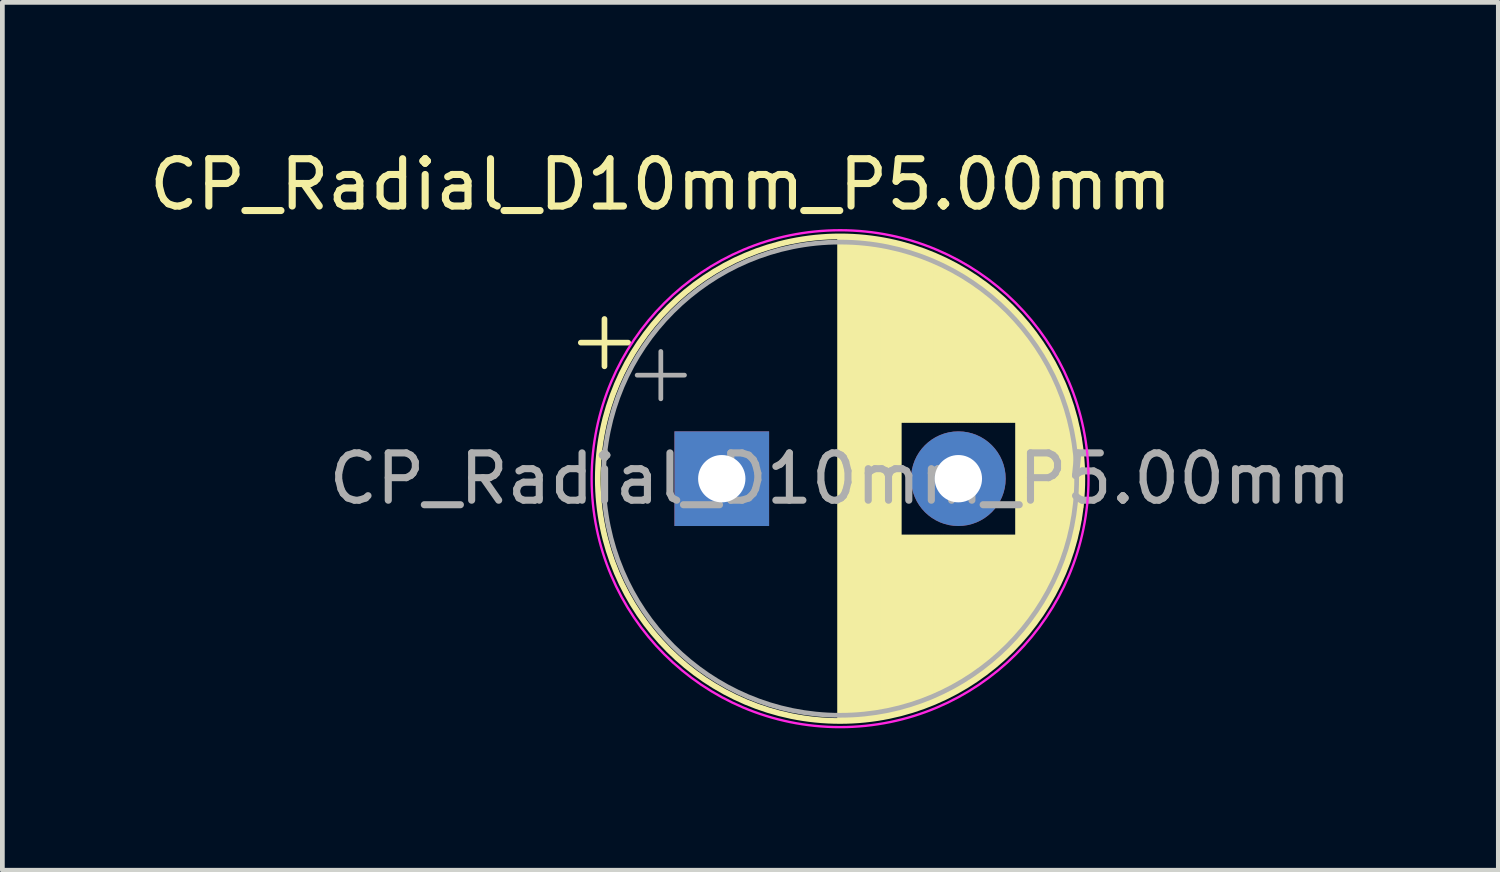
<source format=kicad_pcb>
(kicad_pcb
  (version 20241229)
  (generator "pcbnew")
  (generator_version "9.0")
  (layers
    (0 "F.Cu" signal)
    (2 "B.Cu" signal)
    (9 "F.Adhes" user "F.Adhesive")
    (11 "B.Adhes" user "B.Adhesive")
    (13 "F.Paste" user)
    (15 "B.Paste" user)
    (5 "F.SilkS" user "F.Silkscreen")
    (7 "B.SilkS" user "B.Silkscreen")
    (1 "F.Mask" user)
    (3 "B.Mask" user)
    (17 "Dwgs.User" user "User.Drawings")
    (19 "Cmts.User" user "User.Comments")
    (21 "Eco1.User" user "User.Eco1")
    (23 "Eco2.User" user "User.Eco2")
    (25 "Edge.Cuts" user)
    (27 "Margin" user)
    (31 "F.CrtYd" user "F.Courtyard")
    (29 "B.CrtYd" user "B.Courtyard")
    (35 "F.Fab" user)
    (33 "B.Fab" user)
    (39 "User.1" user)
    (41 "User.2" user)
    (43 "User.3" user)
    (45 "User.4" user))
  (footprint "CP_Radial_D10mm_P5.00mm"
    (layer "F.Cu")
    (at 14.645 7.097)
    (property "Reference" "CP_Radial_D10mm_P5.00mm" (at -3.734 -6.248 0) (layer "F.SilkS") (effects (font (size 1 1) (thickness 0.15))))
    (attr through_hole)
    (fp_line (start -5.421 -2.906) (end -4.421 -2.906) (stroke (width 0.12) (type solid)) (layer "F.SilkS"))
    (fp_line (start -4.921 -3.406) (end -4.921 -2.406) (stroke (width 0.12) (type solid)) (layer "F.SilkS"))
    (fp_line (start 0.058 -5.111) (end 0.058 5.049) (stroke (width 0.12) (type solid)) (layer "F.SilkS"))
    (fp_line (start 0.098 -5.111) (end 0.098 5.049) (stroke (width 0.12) (type solid)) (layer "F.SilkS"))
    (fp_line (start 0.138 -5.111) (end 0.138 5.049) (stroke (width 0.12) (type solid)) (layer "F.SilkS"))
    (fp_line (start 0.178 -5.11) (end 0.178 5.048) (stroke (width 0.12) (type solid)) (layer "F.SilkS"))
    (fp_line (start 0.218 -5.109) (end 0.218 5.047) (stroke (width 0.12) (type solid)) (layer "F.SilkS"))
    (fp_line (start 0.258 -5.108) (end 0.258 5.046) (stroke (width 0.12) (type solid)) (layer "F.SilkS"))
    (fp_line (start 0.298 -5.106) (end 0.298 5.044) (stroke (width 0.12) (type solid)) (layer "F.SilkS"))
    (fp_line (start 0.338 -5.104) (end 0.338 5.042) (stroke (width 0.12) (type solid)) (layer "F.SilkS"))
    (fp_line (start 0.378 -5.101) (end 0.378 5.039) (stroke (width 0.12) (type solid)) (layer "F.SilkS"))
    (fp_line (start 0.418 -5.099) (end 0.418 5.037) (stroke (width 0.12) (type solid)) (layer "F.SilkS"))
    (fp_line (start 0.458 -5.096) (end 0.458 5.034) (stroke (width 0.12) (type solid)) (layer "F.SilkS"))
    (fp_line (start 0.498 -5.093) (end 0.498 5.031) (stroke (width 0.12) (type solid)) (layer "F.SilkS"))
    (fp_line (start 0.538 -5.089) (end 0.538 5.027) (stroke (width 0.12) (type solid)) (layer "F.SilkS"))
    (fp_line (start 0.578 -5.085) (end 0.578 5.023) (stroke (width 0.12) (type solid)) (layer "F.SilkS"))
    (fp_line (start 0.618 -5.081) (end 0.618 5.019) (stroke (width 0.12) (type solid)) (layer "F.SilkS"))
    (fp_line (start 0.658 -5.076) (end 0.658 5.014) (stroke (width 0.12) (type solid)) (layer "F.SilkS"))
    (fp_line (start 0.698 -5.071) (end 0.698 5.009) (stroke (width 0.12) (type solid)) (layer "F.SilkS"))
    (fp_line (start 0.738 -5.066) (end 0.738 5.004) (stroke (width 0.12) (type solid)) (layer "F.SilkS"))
    (fp_line (start 0.779 -5.061) (end 0.779 4.999) (stroke (width 0.12) (type solid)) (layer "F.SilkS"))
    (fp_line (start 0.819 -5.055) (end 0.819 4.993) (stroke (width 0.12) (type solid)) (layer "F.SilkS"))
    (fp_line (start 0.859 -5.049) (end 0.859 4.987) (stroke (width 0.12) (type solid)) (layer "F.SilkS"))
    (fp_line (start 0.899 -5.042) (end 0.899 4.98) (stroke (width 0.12) (type solid)) (layer "F.SilkS"))
    (fp_line (start 0.939 -5.035) (end 0.939 4.973) (stroke (width 0.12) (type solid)) (layer "F.SilkS"))
    (fp_line (start 0.979 -5.028) (end 0.979 4.966) (stroke (width 0.12) (type solid)) (layer "F.SilkS"))
    (fp_line (start 1.019 -5.021) (end 1.019 4.959) (stroke (width 0.12) (type solid)) (layer "F.SilkS"))
    (fp_line (start 1.059 -5.013) (end 1.059 4.951) (stroke (width 0.12) (type solid)) (layer "F.SilkS"))
    (fp_line (start 1.099 -5.005) (end 1.099 4.943) (stroke (width 0.12) (type solid)) (layer "F.SilkS"))
    (fp_line (start 1.139 -4.996) (end 1.139 4.934) (stroke (width 0.12) (type solid)) (layer "F.SilkS"))
    (fp_line (start 1.179 -4.987) (end 1.179 4.925) (stroke (width 0.12) (type solid)) (layer "F.SilkS"))
    (fp_line (start 1.219 -4.978) (end 1.219 4.916) (stroke (width 0.12) (type solid)) (layer "F.SilkS"))
    (fp_line (start 1.259 -4.969) (end 1.259 4.907) (stroke (width 0.12) (type solid)) (layer "F.SilkS"))
    (fp_line (start 1.299 -4.959) (end 1.299 4.897) (stroke (width 0.12) (type solid)) (layer "F.SilkS"))
    (fp_line (start 1.339 -4.949) (end 1.339 -1.272) (stroke (width 0.12) (type solid)) (layer "F.SilkS"))
    (fp_line (start 1.339 1.21) (end 1.339 4.887) (stroke (width 0.12) (type solid)) (layer "F.SilkS"))
    (fp_line (start 1.379 -4.938) (end 1.379 -1.272) (stroke (width 0.12) (type solid)) (layer "F.SilkS"))
    (fp_line (start 1.379 1.21) (end 1.379 4.876) (stroke (width 0.12) (type solid)) (layer "F.SilkS"))
    (fp_line (start 1.419 -4.928) (end 1.419 -1.272) (stroke (width 0.12) (type solid)) (layer "F.SilkS"))
    (fp_line (start 1.419 1.21) (end 1.419 4.866) (stroke (width 0.12) (type solid)) (layer "F.SilkS"))
    (fp_line (start 1.459 -4.916) (end 1.459 -1.272) (stroke (width 0.12) (type solid)) (layer "F.SilkS"))
    (fp_line (start 1.459 1.21) (end 1.459 4.854) (stroke (width 0.12) (type solid)) (layer "F.SilkS"))
    (fp_line (start 1.499 -4.905) (end 1.499 -1.272) (stroke (width 0.12) (type solid)) (layer "F.SilkS"))
    (fp_line (start 1.499 1.21) (end 1.499 4.843) (stroke (width 0.12) (type solid)) (layer "F.SilkS"))
    (fp_line (start 1.539 -4.893) (end 1.539 -1.272) (stroke (width 0.12) (type solid)) (layer "F.SilkS"))
    (fp_line (start 1.539 1.21) (end 1.539 4.831) (stroke (width 0.12) (type solid)) (layer "F.SilkS"))
    (fp_line (start 1.579 -4.881) (end 1.579 -1.272) (stroke (width 0.12) (type solid)) (layer "F.SilkS"))
    (fp_line (start 1.579 1.21) (end 1.579 4.819) (stroke (width 0.12) (type solid)) (layer "F.SilkS"))
    (fp_line (start 1.619 -4.868) (end 1.619 -1.272) (stroke (width 0.12) (type solid)) (layer "F.SilkS"))
    (fp_line (start 1.619 1.21) (end 1.619 4.806) (stroke (width 0.12) (type solid)) (layer "F.SilkS"))
    (fp_line (start 1.659 -4.855) (end 1.659 -1.272) (stroke (width 0.12) (type solid)) (layer "F.SilkS"))
    (fp_line (start 1.659 1.21) (end 1.659 4.793) (stroke (width 0.12) (type solid)) (layer "F.SilkS"))
    (fp_line (start 1.699 -4.842) (end 1.699 -1.272) (stroke (width 0.12) (type solid)) (layer "F.SilkS"))
    (fp_line (start 1.699 1.21) (end 1.699 4.78) (stroke (width 0.12) (type solid)) (layer "F.SilkS"))
    (fp_line (start 1.739 -4.828) (end 1.739 -1.272) (stroke (width 0.12) (type solid)) (layer "F.SilkS"))
    (fp_line (start 1.739 1.21) (end 1.739 4.766) (stroke (width 0.12) (type solid)) (layer "F.SilkS"))
    (fp_line (start 1.779 -4.814) (end 1.779 -1.272) (stroke (width 0.12) (type solid)) (layer "F.SilkS"))
    (fp_line (start 1.779 1.21) (end 1.779 4.752) (stroke (width 0.12) (type solid)) (layer "F.SilkS"))
    (fp_line (start 1.819 -4.799) (end 1.819 -1.272) (stroke (width 0.12) (type solid)) (layer "F.SilkS"))
    (fp_line (start 1.819 1.21) (end 1.819 4.737) (stroke (width 0.12) (type solid)) (layer "F.SilkS"))
    (fp_line (start 1.859 -4.785) (end 1.859 -1.272) (stroke (width 0.12) (type solid)) (layer "F.SilkS"))
    (fp_line (start 1.859 1.21) (end 1.859 4.723) (stroke (width 0.12) (type solid)) (layer "F.SilkS"))
    (fp_line (start 1.899 -4.769) (end 1.899 -1.272) (stroke (width 0.12) (type solid)) (layer "F.SilkS"))
    (fp_line (start 1.899 1.21) (end 1.899 4.707) (stroke (width 0.12) (type solid)) (layer "F.SilkS"))
    (fp_line (start 1.939 -4.754) (end 1.939 -1.272) (stroke (width 0.12) (type solid)) (layer "F.SilkS"))
    (fp_line (start 1.939 1.21) (end 1.939 4.692) (stroke (width 0.12) (type solid)) (layer "F.SilkS"))
    (fp_line (start 1.979 -4.738) (end 1.979 -1.272) (stroke (width 0.12) (type solid)) (layer "F.SilkS"))
    (fp_line (start 1.979 1.21) (end 1.979 4.676) (stroke (width 0.12) (type solid)) (layer "F.SilkS"))
    (fp_line (start 2.019 -4.721) (end 2.019 -1.272) (stroke (width 0.12) (type solid)) (layer "F.SilkS"))
    (fp_line (start 2.019 1.21) (end 2.019 4.659) (stroke (width 0.12) (type solid)) (layer "F.SilkS"))
    (fp_line (start 2.059 -4.705) (end 2.059 -1.272) (stroke (width 0.12) (type solid)) (layer "F.SilkS"))
    (fp_line (start 2.059 1.21) (end 2.059 4.643) (stroke (width 0.12) (type solid)) (layer "F.SilkS"))
    (fp_line (start 2.099 -4.688) (end 2.099 -1.272) (stroke (width 0.12) (type solid)) (layer "F.SilkS"))
    (fp_line (start 2.099 1.21) (end 2.099 4.626) (stroke (width 0.12) (type solid)) (layer "F.SilkS"))
    (fp_line (start 2.139 -4.67) (end 2.139 -1.272) (stroke (width 0.12) (type solid)) (layer "F.SilkS"))
    (fp_line (start 2.139 1.21) (end 2.139 4.608) (stroke (width 0.12) (type solid)) (layer "F.SilkS"))
    (fp_line (start 2.179 -4.652) (end 2.179 -1.272) (stroke (width 0.12) (type solid)) (layer "F.SilkS"))
    (fp_line (start 2.179 1.21) (end 2.179 4.59) (stroke (width 0.12) (type solid)) (layer "F.SilkS"))
    (fp_line (start 2.219 -4.634) (end 2.219 -1.272) (stroke (width 0.12) (type solid)) (layer "F.SilkS"))
    (fp_line (start 2.219 1.21) (end 2.219 4.572) (stroke (width 0.12) (type solid)) (layer "F.SilkS"))
    (fp_line (start 2.259 -4.615) (end 2.259 -1.272) (stroke (width 0.12) (type solid)) (layer "F.SilkS"))
    (fp_line (start 2.259 1.21) (end 2.259 4.553) (stroke (width 0.12) (type solid)) (layer "F.SilkS"))
    (fp_line (start 2.299 -4.595) (end 2.299 -1.272) (stroke (width 0.12) (type solid)) (layer "F.SilkS"))
    (fp_line (start 2.299 1.21) (end 2.299 4.533) (stroke (width 0.12) (type solid)) (layer "F.SilkS"))
    (fp_line (start 2.339 -4.576) (end 2.339 -1.272) (stroke (width 0.12) (type solid)) (layer "F.SilkS"))
    (fp_line (start 2.339 1.21) (end 2.339 4.514) (stroke (width 0.12) (type solid)) (layer "F.SilkS"))
    (fp_line (start 2.379 -4.556) (end 2.379 -1.272) (stroke (width 0.12) (type solid)) (layer "F.SilkS"))
    (fp_line (start 2.379 1.21) (end 2.379 4.494) (stroke (width 0.12) (type solid)) (layer "F.SilkS"))
    (fp_line (start 2.419 -4.535) (end 2.419 -1.272) (stroke (width 0.12) (type solid)) (layer "F.SilkS"))
    (fp_line (start 2.419 1.21) (end 2.419 4.473) (stroke (width 0.12) (type solid)) (layer "F.SilkS"))
    (fp_line (start 2.459 -4.514) (end 2.459 -1.272) (stroke (width 0.12) (type solid)) (layer "F.SilkS"))
    (fp_line (start 2.459 1.21) (end 2.459 4.452) (stroke (width 0.12) (type solid)) (layer "F.SilkS"))
    (fp_line (start 2.499 -4.493) (end 2.499 -1.272) (stroke (width 0.12) (type solid)) (layer "F.SilkS"))
    (fp_line (start 2.499 1.21) (end 2.499 4.431) (stroke (width 0.12) (type solid)) (layer "F.SilkS"))
    (fp_line (start 2.539 -4.471) (end 2.539 -1.272) (stroke (width 0.12) (type solid)) (layer "F.SilkS"))
    (fp_line (start 2.539 1.21) (end 2.539 4.409) (stroke (width 0.12) (type solid)) (layer "F.SilkS"))
    (fp_line (start 2.579 -4.448) (end 2.579 -1.272) (stroke (width 0.12) (type solid)) (layer "F.SilkS"))
    (fp_line (start 2.579 1.21) (end 2.579 4.386) (stroke (width 0.12) (type solid)) (layer "F.SilkS"))
    (fp_line (start 2.619 -4.426) (end 2.619 -1.272) (stroke (width 0.12) (type solid)) (layer "F.SilkS"))
    (fp_line (start 2.619 1.21) (end 2.619 4.364) (stroke (width 0.12) (type solid)) (layer "F.SilkS"))
    (fp_line (start 2.659 -4.402) (end 2.659 -1.272) (stroke (width 0.12) (type solid)) (layer "F.SilkS"))
    (fp_line (start 2.659 1.21) (end 2.659 4.34) (stroke (width 0.12) (type solid)) (layer "F.SilkS"))
    (fp_line (start 2.699 -4.378) (end 2.699 -1.272) (stroke (width 0.12) (type solid)) (layer "F.SilkS"))
    (fp_line (start 2.699 1.21) (end 2.699 4.316) (stroke (width 0.12) (type solid)) (layer "F.SilkS"))
    (fp_line (start 2.739 -4.354) (end 2.739 -1.272) (stroke (width 0.12) (type solid)) (layer "F.SilkS"))
    (fp_line (start 2.739 1.21) (end 2.739 4.292) (stroke (width 0.12) (type solid)) (layer "F.SilkS"))
    (fp_line (start 2.779 -4.329) (end 2.779 -1.272) (stroke (width 0.12) (type solid)) (layer "F.SilkS"))
    (fp_line (start 2.779 1.21) (end 2.779 4.267) (stroke (width 0.12) (type solid)) (layer "F.SilkS"))
    (fp_line (start 2.819 -4.304) (end 2.819 -1.272) (stroke (width 0.12) (type solid)) (layer "F.SilkS"))
    (fp_line (start 2.819 1.21) (end 2.819 4.242) (stroke (width 0.12) (type solid)) (layer "F.SilkS"))
    (fp_line (start 2.859 -4.278) (end 2.859 -1.272) (stroke (width 0.12) (type solid)) (layer "F.SilkS"))
    (fp_line (start 2.859 1.21) (end 2.859 4.216) (stroke (width 0.12) (type solid)) (layer "F.SilkS"))
    (fp_line (start 2.899 -4.252) (end 2.899 -1.272) (stroke (width 0.12) (type solid)) (layer "F.SilkS"))
    (fp_line (start 2.899 1.21) (end 2.899 4.19) (stroke (width 0.12) (type solid)) (layer "F.SilkS"))
    (fp_line (start 2.939 -4.225) (end 2.939 -1.272) (stroke (width 0.12) (type solid)) (layer "F.SilkS"))
    (fp_line (start 2.939 1.21) (end 2.939 4.163) (stroke (width 0.12) (type solid)) (layer "F.SilkS"))
    (fp_line (start 2.979 -4.197) (end 2.979 -1.272) (stroke (width 0.12) (type solid)) (layer "F.SilkS"))
    (fp_line (start 2.979 1.21) (end 2.979 4.135) (stroke (width 0.12) (type solid)) (layer "F.SilkS"))
    (fp_line (start 3.019 -4.169) (end 3.019 -1.272) (stroke (width 0.12) (type solid)) (layer "F.SilkS"))
    (fp_line (start 3.019 1.21) (end 3.019 4.107) (stroke (width 0.12) (type solid)) (layer "F.SilkS"))
    (fp_line (start 3.059 -4.141) (end 3.059 -1.272) (stroke (width 0.12) (type solid)) (layer "F.SilkS"))
    (fp_line (start 3.059 1.21) (end 3.059 4.079) (stroke (width 0.12) (type solid)) (layer "F.SilkS"))
    (fp_line (start 3.099 -4.111) (end 3.099 -1.272) (stroke (width 0.12) (type solid)) (layer "F.SilkS"))
    (fp_line (start 3.099 1.21) (end 3.099 4.049) (stroke (width 0.12) (type solid)) (layer "F.SilkS"))
    (fp_line (start 3.139 -4.081) (end 3.139 -1.272) (stroke (width 0.12) (type solid)) (layer "F.SilkS"))
    (fp_line (start 3.139 1.21) (end 3.139 4.019) (stroke (width 0.12) (type solid)) (layer "F.SilkS"))
    (fp_line (start 3.179 -4.051) (end 3.179 -1.272) (stroke (width 0.12) (type solid)) (layer "F.SilkS"))
    (fp_line (start 3.179 1.21) (end 3.179 3.989) (stroke (width 0.12) (type solid)) (layer "F.SilkS"))
    (fp_line (start 3.219 -4.02) (end 3.219 -1.272) (stroke (width 0.12) (type solid)) (layer "F.SilkS"))
    (fp_line (start 3.219 1.21) (end 3.219 3.958) (stroke (width 0.12) (type solid)) (layer "F.SilkS"))
    (fp_line (start 3.259 -3.988) (end 3.259 -1.272) (stroke (width 0.12) (type solid)) (layer "F.SilkS"))
    (fp_line (start 3.259 1.21) (end 3.259 3.926) (stroke (width 0.12) (type solid)) (layer "F.SilkS"))
    (fp_line (start 3.299 -3.956) (end 3.299 -1.272) (stroke (width 0.12) (type solid)) (layer "F.SilkS"))
    (fp_line (start 3.299 1.21) (end 3.299 3.894) (stroke (width 0.12) (type solid)) (layer "F.SilkS"))
    (fp_line (start 3.339 -3.923) (end 3.339 -1.272) (stroke (width 0.12) (type solid)) (layer "F.SilkS"))
    (fp_line (start 3.339 1.21) (end 3.339 3.861) (stroke (width 0.12) (type solid)) (layer "F.SilkS"))
    (fp_line (start 3.379 -3.889) (end 3.379 -1.272) (stroke (width 0.12) (type solid)) (layer "F.SilkS"))
    (fp_line (start 3.379 1.21) (end 3.379 3.827) (stroke (width 0.12) (type solid)) (layer "F.SilkS"))
    (fp_line (start 3.419 -3.855) (end 3.419 -1.272) (stroke (width 0.12) (type solid)) (layer "F.SilkS"))
    (fp_line (start 3.419 1.21) (end 3.419 3.793) (stroke (width 0.12) (type solid)) (layer "F.SilkS"))
    (fp_line (start 3.459 -3.82) (end 3.459 -1.272) (stroke (width 0.12) (type solid)) (layer "F.SilkS"))
    (fp_line (start 3.459 1.21) (end 3.459 3.758) (stroke (width 0.12) (type solid)) (layer "F.SilkS"))
    (fp_line (start 3.499 -3.784) (end 3.499 -1.272) (stroke (width 0.12) (type solid)) (layer "F.SilkS"))
    (fp_line (start 3.499 1.21) (end 3.499 3.722) (stroke (width 0.12) (type solid)) (layer "F.SilkS"))
    (fp_line (start 3.539 -3.747) (end 3.539 -1.272) (stroke (width 0.12) (type solid)) (layer "F.SilkS"))
    (fp_line (start 3.539 1.21) (end 3.539 3.685) (stroke (width 0.12) (type solid)) (layer "F.SilkS"))
    (fp_line (start 3.579 -3.71) (end 3.579 -1.272) (stroke (width 0.12) (type solid)) (layer "F.SilkS"))
    (fp_line (start 3.579 1.21) (end 3.579 3.648) (stroke (width 0.12) (type solid)) (layer "F.SilkS"))
    (fp_line (start 3.619 -3.671) (end 3.619 -1.272) (stroke (width 0.12) (type solid)) (layer "F.SilkS"))
    (fp_line (start 3.619 1.21) (end 3.619 3.609) (stroke (width 0.12) (type solid)) (layer "F.SilkS"))
    (fp_line (start 3.659 -3.632) (end 3.659 -1.272) (stroke (width 0.12) (type solid)) (layer "F.SilkS"))
    (fp_line (start 3.659 1.21) (end 3.659 3.57) (stroke (width 0.12) (type solid)) (layer "F.SilkS"))
    (fp_line (start 3.699 -3.592) (end 3.699 -1.272) (stroke (width 0.12) (type solid)) (layer "F.SilkS"))
    (fp_line (start 3.699 1.21) (end 3.699 3.53) (stroke (width 0.12) (type solid)) (layer "F.SilkS"))
    (fp_line (start 3.739 -3.551) (end 3.739 -1.272) (stroke (width 0.12) (type solid)) (layer "F.SilkS"))
    (fp_line (start 3.739 1.21) (end 3.739 3.489) (stroke (width 0.12) (type solid)) (layer "F.SilkS"))
    (fp_line (start 3.779 -3.509) (end 3.779 -1.272) (stroke (width 0.12) (type solid)) (layer "F.SilkS"))
    (fp_line (start 3.779 1.21) (end 3.779 3.447) (stroke (width 0.12) (type solid)) (layer "F.SilkS"))
    (fp_line (start 3.819 -3.467) (end 3.819 3.405) (stroke (width 0.12) (type solid)) (layer "F.SilkS"))
    (fp_line (start 3.859 -3.423) (end 3.859 3.361) (stroke (width 0.12) (type solid)) (layer "F.SilkS"))
    (fp_line (start 3.899 -3.378) (end 3.899 3.316) (stroke (width 0.12) (type solid)) (layer "F.SilkS"))
    (fp_line (start 3.939 -3.332) (end 3.939 3.27) (stroke (width 0.12) (type solid)) (layer "F.SilkS"))
    (fp_line (start 3.979 -3.285) (end 3.979 3.223) (stroke (width 0.12) (type solid)) (layer "F.SilkS"))
    (fp_line (start 4.019 -3.237) (end 4.019 3.175) (stroke (width 0.12) (type solid)) (layer "F.SilkS"))
    (fp_line (start 4.059 -3.187) (end 4.059 3.125) (stroke (width 0.12) (type solid)) (layer "F.SilkS"))
    (fp_line (start 4.099 -3.137) (end 4.099 3.075) (stroke (width 0.12) (type solid)) (layer "F.SilkS"))
    (fp_line (start 4.139 -3.085) (end 4.139 3.023) (stroke (width 0.12) (type solid)) (layer "F.SilkS"))
    (fp_line (start 4.179 -3.031) (end 4.179 2.969) (stroke (width 0.12) (type solid)) (layer "F.SilkS"))
    (fp_line (start 4.219 -2.976) (end 4.219 2.914) (stroke (width 0.12) (type solid)) (layer "F.SilkS"))
    (fp_line (start 4.259 -2.92) (end 4.259 2.858) (stroke (width 0.12) (type solid)) (layer "F.SilkS"))
    (fp_line (start 4.299 -2.861) (end 4.299 2.799) (stroke (width 0.12) (type solid)) (layer "F.SilkS"))
    (fp_line (start 4.339 -2.801) (end 4.339 2.739) (stroke (width 0.12) (type solid)) (layer "F.SilkS"))
    (fp_line (start 4.379 -2.74) (end 4.379 2.678) (stroke (width 0.12) (type solid)) (layer "F.SilkS"))
    (fp_line (start 4.419 -2.676) (end 4.419 2.614) (stroke (width 0.12) (type solid)) (layer "F.SilkS"))
    (fp_line (start 4.459 -2.61) (end 4.459 2.548) (stroke (width 0.12) (type solid)) (layer "F.SilkS"))
    (fp_line (start 4.499 -2.541) (end 4.499 2.479) (stroke (width 0.12) (type solid)) (layer "F.SilkS"))
    (fp_line (start 4.539 -2.47) (end 4.539 2.408) (stroke (width 0.12) (type solid)) (layer "F.SilkS"))
    (fp_line (start 4.579 -2.396) (end 4.579 2.334) (stroke (width 0.12) (type solid)) (layer "F.SilkS"))
    (fp_line (start 4.619 -2.32) (end 4.619 2.258) (stroke (width 0.12) (type solid)) (layer "F.SilkS"))
    (fp_line (start 4.659 -2.24) (end 4.659 2.178) (stroke (width 0.12) (type solid)) (layer "F.SilkS"))
    (fp_line (start 4.699 -2.156) (end 4.699 2.094) (stroke (width 0.12) (type solid)) (layer "F.SilkS"))
    (fp_line (start 4.739 -2.068) (end 4.739 2.006) (stroke (width 0.12) (type solid)) (layer "F.SilkS"))
    (fp_line (start 4.779 -1.975) (end 4.779 1.913) (stroke (width 0.12) (type solid)) (layer "F.SilkS"))
    (fp_line (start 4.819 -1.877) (end 4.819 1.815) (stroke (width 0.12) (type solid)) (layer "F.SilkS"))
    (fp_line (start 4.859 -1.773) (end 4.859 1.711) (stroke (width 0.12) (type solid)) (layer "F.SilkS"))
    (fp_line (start 4.899 -1.661) (end 4.899 1.599) (stroke (width 0.12) (type solid)) (layer "F.SilkS"))
    (fp_line (start 4.939 -1.541) (end 4.939 1.479) (stroke (width 0.12) (type solid)) (layer "F.SilkS"))
    (fp_line (start 4.979 -1.409) (end 4.979 1.347) (stroke (width 0.12) (type solid)) (layer "F.SilkS"))
    (fp_line (start 5.019 -1.261) (end 5.019 1.199) (stroke (width 0.12) (type solid)) (layer "F.SilkS"))
    (fp_line (start 5.059 -1.093) (end 5.059 1.031) (stroke (width 0.12) (type solid)) (layer "F.SilkS"))
    (fp_line (start 5.099 -0.893) (end 5.099 0.831) (stroke (width 0.12) (type solid)) (layer "F.SilkS"))
    (fp_line (start 5.139 -0.63) (end 5.139 0.568) (stroke (width 0.12) (type solid)) (layer "F.SilkS"))
    (fp_circle (center 0.058 -0.031) (end 5.178 -0.031) (stroke (width 0.12) (type solid)) (fill no) (layer "F.SilkS"))
    (fp_circle (center 0.058 -0.031) (end 5.308 -0.031) (stroke (width 0.05) (type solid)) (fill no) (layer "F.CrtYd"))
    (fp_line (start -4.23 -2.219) (end -3.23 -2.219) (stroke (width 0.1) (type solid)) (layer "F.Fab"))
    (fp_line (start -3.73 -2.719) (end -3.73 -1.719) (stroke (width 0.1) (type solid)) (layer "F.Fab"))
    (fp_circle (center 0.058 -0.031) (end 5.058 -0.031) (stroke (width 0.1) (type solid)) (fill no) (layer "F.Fab"))
    (fp_text user "${REFERENCE}" (at 0.058 -0.031 0) (layer "F.Fab") (effects (font (size 1 1) (thickness 0.15))))
    (pad "1" thru_hole rect (at -2.442 -0.031) (size 2 2) (drill 1) (layers "*.Cu" "*.Mask"))
    (pad "2" thru_hole circle (at 2.558 -0.031) (size 2 2) (drill 1) (layers "*.Cu" "*.Mask")))
  (gr_rect
    (start -3 -3)
    (end 28.614 15.34)
    (stroke (width 0.1) (type default))
    (fill no)
    (layer "Edge.Cuts")))
</source>
